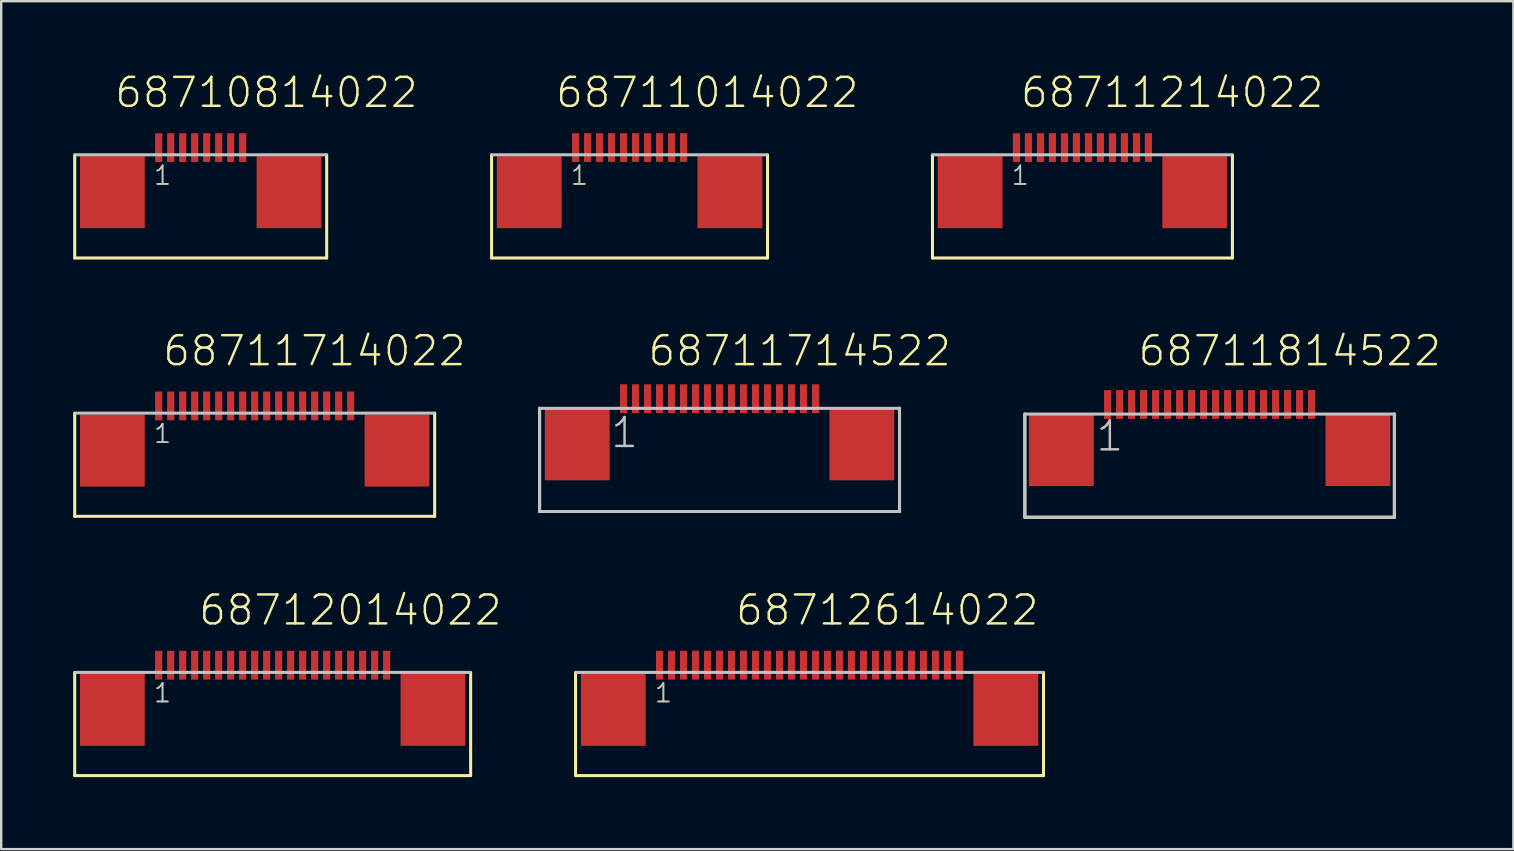
<source format=kicad_pcb>
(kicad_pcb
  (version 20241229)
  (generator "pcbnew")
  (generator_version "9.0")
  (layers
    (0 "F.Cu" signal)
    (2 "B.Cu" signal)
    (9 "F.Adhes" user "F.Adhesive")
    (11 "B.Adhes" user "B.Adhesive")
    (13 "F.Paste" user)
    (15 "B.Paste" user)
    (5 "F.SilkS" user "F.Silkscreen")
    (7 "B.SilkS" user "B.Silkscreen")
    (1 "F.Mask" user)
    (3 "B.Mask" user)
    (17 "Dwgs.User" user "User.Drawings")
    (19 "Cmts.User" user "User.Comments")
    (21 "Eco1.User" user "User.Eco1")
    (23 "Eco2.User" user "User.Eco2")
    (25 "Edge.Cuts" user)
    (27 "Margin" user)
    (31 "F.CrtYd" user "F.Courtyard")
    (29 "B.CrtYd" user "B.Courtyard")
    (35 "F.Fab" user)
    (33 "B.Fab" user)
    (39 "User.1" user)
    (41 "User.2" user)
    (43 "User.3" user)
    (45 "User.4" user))
  (footprint "68711714022"
    (layer "F.Cu")
    (at 7.814 15.726)
    (property "Reference" "68711714022" (at -4.144 -3.45 0) (layer "F.SilkS") (effects (font (size 1.206 1.206) (thickness 0.102)) (justify left bottom)))
    (attr through_hole)
    (fp_line (start -7.75 -1.56) (end -7.75 2.74) (stroke (width 0.127) (type solid)) (layer "F.SilkS"))
    (fp_line (start -7.75 2.74) (end 7.25 2.74) (stroke (width 0.127) (type solid)) (layer "F.SilkS"))
    (fp_line (start 7.25 2.74) (end 7.25 -1.56) (stroke (width 0.127) (type solid)) (layer "F.SilkS"))
    (fp_line (start 7.2 -1.56) (end -7.7 -1.56) (stroke (width 0.127) (type solid)) (layer "Dwgs.User"))
    (fp_text user "1" (at -4.5 -0.25 0) (layer "F.SilkS") (effects (font (size 0.772 0.772) (thickness 0.065)) (justify left bottom)))
    (fp_text user "1" (at -4.5 -0.25 0) (layer "Dwgs.User") (effects (font (size 0.772 0.772) (thickness 0.065)) (justify left bottom)))
    (pad "1" smd rect (at -4.25 -1.86) (size 0.3 1.2) (layers "F.Cu" "F.Mask" "F.Paste"))
    (pad "2" smd rect (at -3.75 -1.86) (size 0.3 1.2) (layers "F.Cu" "F.Mask" "F.Paste"))
    (pad "3" smd rect (at -3.25 -1.86) (size 0.3 1.2) (layers "F.Cu" "F.Mask" "F.Paste"))
    (pad "4" smd rect (at -2.75 -1.86) (size 0.3 1.2) (layers "F.Cu" "F.Mask" "F.Paste"))
    (pad "5" smd rect (at -2.25 -1.86) (size 0.3 1.2) (layers "F.Cu" "F.Mask" "F.Paste"))
    (pad "6" smd rect (at -1.75 -1.86) (size 0.3 1.2) (layers "F.Cu" "F.Mask" "F.Paste"))
    (pad "7" smd rect (at -1.25 -1.86) (size 0.3 1.2) (layers "F.Cu" "F.Mask" "F.Paste"))
    (pad "8" smd rect (at -0.75 -1.86) (size 0.3 1.2) (layers "F.Cu" "F.Mask" "F.Paste"))
    (pad "9" smd rect (at -0.25 -1.86) (size 0.3 1.2) (layers "F.Cu" "F.Mask" "F.Paste"))
    (pad "10" smd rect (at 0.25 -1.86) (size 0.3 1.2) (layers "F.Cu" "F.Mask" "F.Paste"))
    (pad "11" smd rect (at 0.75 -1.86) (size 0.3 1.2) (layers "F.Cu" "F.Mask" "F.Paste"))
    (pad "12" smd rect (at 1.25 -1.86) (size 0.3 1.2) (layers "F.Cu" "F.Mask" "F.Paste"))
    (pad "13" smd rect (at 1.75 -1.86) (size 0.3 1.2) (layers "F.Cu" "F.Mask" "F.Paste"))
    (pad "14" smd rect (at 2.25 -1.86) (size 0.3 1.2) (layers "F.Cu" "F.Mask" "F.Paste"))
    (pad "15" smd rect (at 2.75 -1.86) (size 0.3 1.2) (layers "F.Cu" "F.Mask" "F.Paste"))
    (pad "16" smd rect (at 3.25 -1.86) (size 0.3 1.2) (layers "F.Cu" "F.Mask" "F.Paste"))
    (pad "17" smd rect (at 3.75 -1.86) (size 0.3 1.2) (layers "F.Cu" "F.Mask" "F.Paste"))
    (pad "Z1" smd rect (at -6.18 0) (size 2.7 3) (layers "F.Cu" "F.Mask" "F.Paste"))
    (pad "Z2" smd rect (at 5.68 0) (size 2.7 3) (layers "F.Cu" "F.Mask" "F.Paste")))
  (footprint "68710814022"
    (layer "F.Cu")
    (at 5.314 4.961)
    (property "Reference" "68710814022" (at -3.644 -3.45 0) (layer "F.SilkS") (effects (font (size 1.206 1.206) (thickness 0.102)) (justify left bottom)))
    (attr through_hole)
    (fp_line (start -5.25 -1.56) (end -5.25 2.74) (stroke (width 0.127) (type solid)) (layer "F.SilkS"))
    (fp_line (start -5.25 2.74) (end 5.25 2.74) (stroke (width 0.127) (type solid)) (layer "F.SilkS"))
    (fp_line (start 5.25 2.74) (end 5.25 -1.56) (stroke (width 0.127) (type solid)) (layer "F.SilkS"))
    (fp_line (start 5.2 -1.56) (end -5.2 -1.56) (stroke (width 0.127) (type solid)) (layer "Dwgs.User"))
    (fp_text user "1" (at -2 -0.25 0) (layer "F.SilkS") (effects (font (size 0.772 0.772) (thickness 0.065)) (justify left bottom)))
    (fp_text user "1" (at -2 -0.25 0) (layer "Dwgs.User") (effects (font (size 0.772 0.772) (thickness 0.065)) (justify left bottom)))
    (pad "1" smd rect (at -1.75 -1.86) (size 0.3 1.2) (layers "F.Cu" "F.Mask" "F.Paste"))
    (pad "2" smd rect (at -1.25 -1.86) (size 0.3 1.2) (layers "F.Cu" "F.Mask" "F.Paste"))
    (pad "3" smd rect (at -0.75 -1.86) (size 0.3 1.2) (layers "F.Cu" "F.Mask" "F.Paste"))
    (pad "4" smd rect (at -0.25 -1.86) (size 0.3 1.2) (layers "F.Cu" "F.Mask" "F.Paste"))
    (pad "5" smd rect (at 0.25 -1.86) (size 0.3 1.2) (layers "F.Cu" "F.Mask" "F.Paste"))
    (pad "6" smd rect (at 0.75 -1.86) (size 0.3 1.2) (layers "F.Cu" "F.Mask" "F.Paste"))
    (pad "7" smd rect (at 1.25 -1.86) (size 0.3 1.2) (layers "F.Cu" "F.Mask" "F.Paste"))
    (pad "8" smd rect (at 1.75 -1.86) (size 0.3 1.2) (layers "F.Cu" "F.Mask" "F.Paste"))
    (pad "Z1" smd rect (at -3.68 0) (size 2.7 3) (layers "F.Cu" "F.Mask" "F.Paste"))
    (pad "Z2" smd rect (at 3.68 0) (size 2.7 3) (layers "F.Cu" "F.Mask" "F.Paste")))
  (footprint "68711714522"
    (layer "F.Cu")
    (at 26.936 15.466)
    (property "Reference" "68711714522" (at -3.044 -3.19 0) (layer "F.SilkS") (effects (font (size 1.206 1.206) (thickness 0.102)) (justify left bottom)))
    (attr through_hole)
    (fp_line (start -7.5 -1.5) (end -7.5 2.8) (stroke (width 0.127) (type solid)) (layer "F.SilkS"))
    (fp_line (start -7.5 2.8) (end 7.5 2.8) (stroke (width 0.127) (type solid)) (layer "F.SilkS"))
    (fp_line (start 7.5 2.8) (end 7.5 -1.5) (stroke (width 0.127) (type solid)) (layer "F.SilkS"))
    (fp_line (start -7.5 -1.5) (end 7.5 -1.5) (stroke (width 0.127) (type solid)) (layer "Dwgs.User"))
    (fp_line (start -7.5 2.8) (end -7.5 -1.5) (stroke (width 0.127) (type solid)) (layer "Dwgs.User"))
    (fp_line (start -7.5 2.8) (end 7.5 2.8) (stroke (width 0.127) (type solid)) (layer "Dwgs.User"))
    (fp_line (start 7.5 -1.5) (end 7.5 2.8) (stroke (width 0.127) (type solid)) (layer "Dwgs.User"))
    (fp_text user "1" (at -4.6 0.22 0) (layer "Dwgs.User") (effects (font (size 1.206 1.206) (thickness 0.102)) (justify left bottom)))
    (pad "1" smd rect (at -4 -1.9) (size 0.3 1.2) (layers "F.Cu" "F.Mask" "F.Paste"))
    (pad "2" smd rect (at -3.5 -1.9) (size 0.3 1.2) (layers "F.Cu" "F.Mask" "F.Paste"))
    (pad "3" smd rect (at -3 -1.9) (size 0.3 1.2) (layers "F.Cu" "F.Mask" "F.Paste"))
    (pad "4" smd rect (at -2.5 -1.9) (size 0.3 1.2) (layers "F.Cu" "F.Mask" "F.Paste"))
    (pad "5" smd rect (at -2 -1.9) (size 0.3 1.2) (layers "F.Cu" "F.Mask" "F.Paste"))
    (pad "6" smd rect (at -1.5 -1.9) (size 0.3 1.2) (layers "F.Cu" "F.Mask" "F.Paste"))
    (pad "7" smd rect (at -1 -1.9) (size 0.3 1.2) (layers "F.Cu" "F.Mask" "F.Paste"))
    (pad "8" smd rect (at -0.5 -1.9) (size 0.3 1.2) (layers "F.Cu" "F.Mask" "F.Paste"))
    (pad "9" smd rect (at 0 -1.9) (size 0.3 1.2) (layers "F.Cu" "F.Mask" "F.Paste"))
    (pad "10" smd rect (at 0.5 -1.9) (size 0.3 1.2) (layers "F.Cu" "F.Mask" "F.Paste"))
    (pad "11" smd rect (at 1 -1.9) (size 0.3 1.2) (layers "F.Cu" "F.Mask" "F.Paste"))
    (pad "12" smd rect (at 1.5 -1.9) (size 0.3 1.2) (layers "F.Cu" "F.Mask" "F.Paste"))
    (pad "13" smd rect (at 2 -1.9) (size 0.3 1.2) (layers "F.Cu" "F.Mask" "F.Paste"))
    (pad "14" smd rect (at 2.5 -1.9) (size 0.3 1.2) (layers "F.Cu" "F.Mask" "F.Paste"))
    (pad "15" smd rect (at 3 -1.9) (size 0.3 1.2) (layers "F.Cu" "F.Mask" "F.Paste"))
    (pad "16" smd rect (at 3.5 -1.9) (size 0.3 1.2) (layers "F.Cu" "F.Mask" "F.Paste"))
    (pad "17" smd rect (at 4 -1.9) (size 0.3 1.2) (layers "F.Cu" "F.Mask" "F.Paste"))
    (pad "Z1" smd rect (at -5.93 0) (size 2.7 3) (layers "F.Cu" "F.Mask" "F.Paste"))
    (pad "Z2" smd rect (at 5.93 0) (size 2.7 3) (layers "F.Cu" "F.Mask" "F.Paste")))
  (footprint "68712014022"
    (layer "F.Cu")
    (at 8.813 26.531)
    (property "Reference" "68712014022" (at -3.644 -3.45 0) (layer "F.SilkS") (effects (font (size 1.206 1.206) (thickness 0.102)) (justify left bottom)))
    (attr through_hole)
    (fp_line (start -8.75 -1.56) (end -8.75 2.74) (stroke (width 0.127) (type solid)) (layer "F.SilkS"))
    (fp_line (start -8.75 2.74) (end 7.75 2.74) (stroke (width 0.127) (type solid)) (layer "F.SilkS"))
    (fp_line (start 7.75 2.74) (end 7.75 -1.56) (stroke (width 0.127) (type solid)) (layer "F.SilkS"))
    (fp_line (start 7.7 -1.56) (end -8.7 -1.56) (stroke (width 0.127) (type solid)) (layer "Dwgs.User"))
    (fp_text user "1" (at -5.5 -0.25 0) (layer "F.SilkS") (effects (font (size 0.772 0.772) (thickness 0.065)) (justify left bottom)))
    (fp_text user "1" (at -5.5 -0.25 0) (layer "Dwgs.User") (effects (font (size 0.772 0.772) (thickness 0.065)) (justify left bottom)))
    (pad "1" smd rect (at -5.25 -1.86) (size 0.3 1.2) (layers "F.Cu" "F.Mask" "F.Paste"))
    (pad "2" smd rect (at -4.75 -1.86) (size 0.3 1.2) (layers "F.Cu" "F.Mask" "F.Paste"))
    (pad "3" smd rect (at -4.25 -1.86) (size 0.3 1.2) (layers "F.Cu" "F.Mask" "F.Paste"))
    (pad "4" smd rect (at -3.75 -1.86) (size 0.3 1.2) (layers "F.Cu" "F.Mask" "F.Paste"))
    (pad "5" smd rect (at -3.25 -1.86) (size 0.3 1.2) (layers "F.Cu" "F.Mask" "F.Paste"))
    (pad "6" smd rect (at -2.75 -1.86) (size 0.3 1.2) (layers "F.Cu" "F.Mask" "F.Paste"))
    (pad "7" smd rect (at -2.25 -1.86) (size 0.3 1.2) (layers "F.Cu" "F.Mask" "F.Paste"))
    (pad "8" smd rect (at -1.75 -1.86) (size 0.3 1.2) (layers "F.Cu" "F.Mask" "F.Paste"))
    (pad "9" smd rect (at -1.25 -1.86) (size 0.3 1.2) (layers "F.Cu" "F.Mask" "F.Paste"))
    (pad "10" smd rect (at -0.75 -1.86) (size 0.3 1.2) (layers "F.Cu" "F.Mask" "F.Paste"))
    (pad "11" smd rect (at -0.25 -1.86) (size 0.3 1.2) (layers "F.Cu" "F.Mask" "F.Paste"))
    (pad "12" smd rect (at 0.25 -1.86) (size 0.3 1.2) (layers "F.Cu" "F.Mask" "F.Paste"))
    (pad "13" smd rect (at 0.75 -1.86) (size 0.3 1.2) (layers "F.Cu" "F.Mask" "F.Paste"))
    (pad "14" smd rect (at 1.25 -1.86) (size 0.3 1.2) (layers "F.Cu" "F.Mask" "F.Paste"))
    (pad "15" smd rect (at 1.75 -1.86) (size 0.3 1.2) (layers "F.Cu" "F.Mask" "F.Paste"))
    (pad "16" smd rect (at 2.25 -1.86) (size 0.3 1.2) (layers "F.Cu" "F.Mask" "F.Paste"))
    (pad "17" smd rect (at 2.75 -1.86) (size 0.3 1.2) (layers "F.Cu" "F.Mask" "F.Paste"))
    (pad "18" smd rect (at 3.25 -1.86) (size 0.3 1.2) (layers "F.Cu" "F.Mask" "F.Paste"))
    (pad "19" smd rect (at 3.75 -1.86) (size 0.3 1.2) (layers "F.Cu" "F.Mask" "F.Paste"))
    (pad "20" smd rect (at 4.25 -1.86) (size 0.3 1.2) (layers "F.Cu" "F.Mask" "F.Paste"))
    (pad "Z1" smd rect (at -7.18 0) (size 2.7 3) (layers "F.Cu" "F.Mask" "F.Paste"))
    (pad "Z2" smd rect (at 6.18 0) (size 2.7 3) (layers "F.Cu" "F.Mask" "F.Paste")))
  (footprint "68711214022"
    (layer "F.Cu")
    (at 42.059 4.961)
    (property "Reference" "68711214022" (at -2.644 -3.45 0) (layer "F.SilkS") (effects (font (size 1.206 1.206) (thickness 0.102)) (justify left bottom)))
    (attr through_hole)
    (fp_line (start -6.25 -1.56) (end -6.25 2.74) (stroke (width 0.127) (type solid)) (layer "F.SilkS"))
    (fp_line (start -6.25 2.74) (end 6.25 2.74) (stroke (width 0.127) (type solid)) (layer "F.SilkS"))
    (fp_line (start 6.25 2.74) (end 6.25 -1.56) (stroke (width 0.127) (type solid)) (layer "F.SilkS"))
    (fp_line (start 6.2 -1.56) (end -6.2 -1.56) (stroke (width 0.127) (type solid)) (layer "Dwgs.User"))
    (fp_text user "1" (at -3 -0.25 0) (layer "F.SilkS") (effects (font (size 0.772 0.772) (thickness 0.065)) (justify left bottom)))
    (fp_text user "1" (at -3 -0.25 0) (layer "Dwgs.User") (effects (font (size 0.772 0.772) (thickness 0.065)) (justify left bottom)))
    (pad "1" smd rect (at -2.75 -1.86) (size 0.3 1.2) (layers "F.Cu" "F.Mask" "F.Paste"))
    (pad "2" smd rect (at -2.25 -1.86) (size 0.3 1.2) (layers "F.Cu" "F.Mask" "F.Paste"))
    (pad "3" smd rect (at -1.75 -1.86) (size 0.3 1.2) (layers "F.Cu" "F.Mask" "F.Paste"))
    (pad "4" smd rect (at -1.25 -1.86) (size 0.3 1.2) (layers "F.Cu" "F.Mask" "F.Paste"))
    (pad "5" smd rect (at -0.75 -1.86) (size 0.3 1.2) (layers "F.Cu" "F.Mask" "F.Paste"))
    (pad "6" smd rect (at -0.25 -1.86) (size 0.3 1.2) (layers "F.Cu" "F.Mask" "F.Paste"))
    (pad "7" smd rect (at 0.25 -1.86) (size 0.3 1.2) (layers "F.Cu" "F.Mask" "F.Paste"))
    (pad "8" smd rect (at 0.75 -1.86) (size 0.3 1.2) (layers "F.Cu" "F.Mask" "F.Paste"))
    (pad "9" smd rect (at 1.25 -1.86) (size 0.3 1.2) (layers "F.Cu" "F.Mask" "F.Paste"))
    (pad "10" smd rect (at 1.75 -1.86) (size 0.3 1.2) (layers "F.Cu" "F.Mask" "F.Paste"))
    (pad "11" smd rect (at 2.25 -1.86) (size 0.3 1.2) (layers "F.Cu" "F.Mask" "F.Paste"))
    (pad "12" smd rect (at 2.75 -1.86) (size 0.3 1.2) (layers "F.Cu" "F.Mask" "F.Paste"))
    (pad "Z1" smd rect (at -4.68 0) (size 2.7 3) (layers "F.Cu" "F.Mask" "F.Paste"))
    (pad "Z2" smd rect (at 4.68 0) (size 2.7 3) (layers "F.Cu" "F.Mask" "F.Paste")))
  (footprint "68711014022"
    (layer "F.Cu")
    (at 23.186 4.961)
    (property "Reference" "68711014022" (at -3.144 -3.45 0) (layer "F.SilkS") (effects (font (size 1.206 1.206) (thickness 0.102)) (justify left bottom)))
    (attr through_hole)
    (fp_line (start -5.75 -1.56) (end -5.75 2.74) (stroke (width 0.127) (type solid)) (layer "F.SilkS"))
    (fp_line (start -5.75 2.74) (end 5.75 2.74) (stroke (width 0.127) (type solid)) (layer "F.SilkS"))
    (fp_line (start 5.75 2.74) (end 5.75 -1.56) (stroke (width 0.127) (type solid)) (layer "F.SilkS"))
    (fp_line (start 5.7 -1.56) (end -5.7 -1.56) (stroke (width 0.127) (type solid)) (layer "Dwgs.User"))
    (fp_text user "1" (at -2.5 -0.25 0) (layer "F.SilkS") (effects (font (size 0.772 0.772) (thickness 0.065)) (justify left bottom)))
    (fp_text user "1" (at -2.5 -0.25 0) (layer "Dwgs.User") (effects (font (size 0.772 0.772) (thickness 0.065)) (justify left bottom)))
    (pad "1" smd rect (at -2.25 -1.86) (size 0.3 1.2) (layers "F.Cu" "F.Mask" "F.Paste"))
    (pad "2" smd rect (at -1.75 -1.86) (size 0.3 1.2) (layers "F.Cu" "F.Mask" "F.Paste"))
    (pad "3" smd rect (at -1.25 -1.86) (size 0.3 1.2) (layers "F.Cu" "F.Mask" "F.Paste"))
    (pad "4" smd rect (at -0.75 -1.86) (size 0.3 1.2) (layers "F.Cu" "F.Mask" "F.Paste"))
    (pad "5" smd rect (at -0.25 -1.86) (size 0.3 1.2) (layers "F.Cu" "F.Mask" "F.Paste"))
    (pad "6" smd rect (at 0.25 -1.86) (size 0.3 1.2) (layers "F.Cu" "F.Mask" "F.Paste"))
    (pad "7" smd rect (at 0.75 -1.86) (size 0.3 1.2) (layers "F.Cu" "F.Mask" "F.Paste"))
    (pad "8" smd rect (at 1.25 -1.86) (size 0.3 1.2) (layers "F.Cu" "F.Mask" "F.Paste"))
    (pad "9" smd rect (at 1.75 -1.86) (size 0.3 1.2) (layers "F.Cu" "F.Mask" "F.Paste"))
    (pad "10" smd rect (at 2.25 -1.86) (size 0.3 1.2) (layers "F.Cu" "F.Mask" "F.Paste"))
    (pad "Z1" smd rect (at -4.18 0) (size 2.7 3) (layers "F.Cu" "F.Mask" "F.Paste"))
    (pad "Z2" smd rect (at 4.18 0) (size 2.7 3) (layers "F.Cu" "F.Mask" "F.Paste")))
  (footprint "68712614022"
    (layer "F.Cu")
    (at 30.186 26.531)
    (property "Reference" "68712614022" (at -2.644 -3.45 0) (layer "F.SilkS") (effects (font (size 1.206 1.206) (thickness 0.102)) (justify left bottom)))
    (attr through_hole)
    (fp_line (start -9.25 -1.56) (end -9.25 2.74) (stroke (width 0.127) (type solid)) (layer "F.SilkS"))
    (fp_line (start -9.25 2.74) (end 10.25 2.74) (stroke (width 0.127) (type solid)) (layer "F.SilkS"))
    (fp_line (start 10.25 2.74) (end 10.25 -1.56) (stroke (width 0.127) (type solid)) (layer "F.SilkS"))
    (fp_line (start 10.2 -1.56) (end -9.2 -1.56) (stroke (width 0.127) (type solid)) (layer "Dwgs.User"))
    (fp_text user "1" (at -6 -0.25 0) (layer "F.SilkS") (effects (font (size 0.772 0.772) (thickness 0.065)) (justify left bottom)))
    (fp_text user "1" (at -6 -0.25 0) (layer "Dwgs.User") (effects (font (size 0.772 0.772) (thickness 0.065)) (justify left bottom)))
    (pad "1" smd rect (at -5.75 -1.86) (size 0.3 1.2) (layers "F.Cu" "F.Mask" "F.Paste"))
    (pad "2" smd rect (at -5.25 -1.86) (size 0.3 1.2) (layers "F.Cu" "F.Mask" "F.Paste"))
    (pad "3" smd rect (at -4.75 -1.86) (size 0.3 1.2) (layers "F.Cu" "F.Mask" "F.Paste"))
    (pad "4" smd rect (at -4.25 -1.86) (size 0.3 1.2) (layers "F.Cu" "F.Mask" "F.Paste"))
    (pad "5" smd rect (at -3.75 -1.86) (size 0.3 1.2) (layers "F.Cu" "F.Mask" "F.Paste"))
    (pad "6" smd rect (at -3.25 -1.86) (size 0.3 1.2) (layers "F.Cu" "F.Mask" "F.Paste"))
    (pad "7" smd rect (at -2.75 -1.86) (size 0.3 1.2) (layers "F.Cu" "F.Mask" "F.Paste"))
    (pad "8" smd rect (at -2.25 -1.86) (size 0.3 1.2) (layers "F.Cu" "F.Mask" "F.Paste"))
    (pad "9" smd rect (at -1.75 -1.86) (size 0.3 1.2) (layers "F.Cu" "F.Mask" "F.Paste"))
    (pad "10" smd rect (at -1.25 -1.86) (size 0.3 1.2) (layers "F.Cu" "F.Mask" "F.Paste"))
    (pad "11" smd rect (at -0.75 -1.86) (size 0.3 1.2) (layers "F.Cu" "F.Mask" "F.Paste"))
    (pad "12" smd rect (at -0.25 -1.86) (size 0.3 1.2) (layers "F.Cu" "F.Mask" "F.Paste"))
    (pad "13" smd rect (at 0.25 -1.86) (size 0.3 1.2) (layers "F.Cu" "F.Mask" "F.Paste"))
    (pad "14" smd rect (at 0.75 -1.86) (size 0.3 1.2) (layers "F.Cu" "F.Mask" "F.Paste"))
    (pad "15" smd rect (at 1.25 -1.86) (size 0.3 1.2) (layers "F.Cu" "F.Mask" "F.Paste"))
    (pad "16" smd rect (at 1.75 -1.86) (size 0.3 1.2) (layers "F.Cu" "F.Mask" "F.Paste"))
    (pad "17" smd rect (at 2.25 -1.86) (size 0.3 1.2) (layers "F.Cu" "F.Mask" "F.Paste"))
    (pad "18" smd rect (at 2.75 -1.86) (size 0.3 1.2) (layers "F.Cu" "F.Mask" "F.Paste"))
    (pad "19" smd rect (at 3.25 -1.86) (size 0.3 1.2) (layers "F.Cu" "F.Mask" "F.Paste"))
    (pad "20" smd rect (at 3.75 -1.86) (size 0.3 1.2) (layers "F.Cu" "F.Mask" "F.Paste"))
    (pad "21" smd rect (at 4.25 -1.86) (size 0.3 1.2) (layers "F.Cu" "F.Mask" "F.Paste"))
    (pad "22" smd rect (at 4.75 -1.86) (size 0.3 1.2) (layers "F.Cu" "F.Mask" "F.Paste"))
    (pad "23" smd rect (at 5.25 -1.86) (size 0.3 1.2) (layers "F.Cu" "F.Mask" "F.Paste"))
    (pad "24" smd rect (at 5.75 -1.86) (size 0.3 1.2) (layers "F.Cu" "F.Mask" "F.Paste"))
    (pad "25" smd rect (at 6.25 -1.86) (size 0.3 1.2) (layers "F.Cu" "F.Mask" "F.Paste"))
    (pad "26" smd rect (at 6.75 -1.86) (size 0.3 1.2) (layers "F.Cu" "F.Mask" "F.Paste"))
    (pad "Z1" smd rect (at -7.68 0) (size 2.7 3) (layers "F.Cu" "F.Mask" "F.Paste"))
    (pad "Z2" smd rect (at 8.68 0) (size 2.7 3) (layers "F.Cu" "F.Mask" "F.Paste")))
  (footprint "68711814522"
    (layer "F.Cu")
    (at 47.359 15.706)
    (property "Reference" "68711814522" (at -3.044 -3.43 0) (layer "F.SilkS") (effects (font (size 1.206 1.206) (thickness 0.102)) (justify left bottom)))
    (attr through_hole)
    (fp_line (start -7.7 -1.5) (end -7.7 2.8) (stroke (width 0.127) (type solid)) (layer "F.SilkS"))
    (fp_line (start -7.7 2.8) (end 7.7 2.8) (stroke (width 0.127) (type solid)) (layer "F.SilkS"))
    (fp_line (start 7.7 2.8) (end 7.7 -1.5) (stroke (width 0.127) (type solid)) (layer "F.SilkS"))
    (fp_line (start -7.7 -1.5) (end 7.7 -1.5) (stroke (width 0.127) (type solid)) (layer "Dwgs.User"))
    (fp_line (start -7.7 2.8) (end -7.7 -1.5) (stroke (width 0.127) (type solid)) (layer "Dwgs.User"))
    (fp_line (start -7.7 2.8) (end 7.7 2.8) (stroke (width 0.127) (type solid)) (layer "Dwgs.User"))
    (fp_line (start 7.7 -1.5) (end 7.7 2.8) (stroke (width 0.127) (type solid)) (layer "Dwgs.User"))
    (fp_text user "1" (at -4.8 0.12 0) (layer "Dwgs.User") (effects (font (size 1.206 1.206) (thickness 0.102)) (justify left bottom)))
    (pad "1" smd rect (at -4.25 -1.9) (size 0.3 1.2) (layers "F.Cu" "F.Mask" "F.Paste"))
    (pad "2" smd rect (at -3.75 -1.9) (size 0.3 1.2) (layers "F.Cu" "F.Mask" "F.Paste"))
    (pad "3" smd rect (at -3.25 -1.9) (size 0.3 1.2) (layers "F.Cu" "F.Mask" "F.Paste"))
    (pad "4" smd rect (at -2.75 -1.9) (size 0.3 1.2) (layers "F.Cu" "F.Mask" "F.Paste"))
    (pad "5" smd rect (at -2.25 -1.9) (size 0.3 1.2) (layers "F.Cu" "F.Mask" "F.Paste"))
    (pad "6" smd rect (at -1.75 -1.9) (size 0.3 1.2) (layers "F.Cu" "F.Mask" "F.Paste"))
    (pad "7" smd rect (at -1.25 -1.9) (size 0.3 1.2) (layers "F.Cu" "F.Mask" "F.Paste"))
    (pad "8" smd rect (at -0.75 -1.9) (size 0.3 1.2) (layers "F.Cu" "F.Mask" "F.Paste"))
    (pad "9" smd rect (at -0.25 -1.9) (size 0.3 1.2) (layers "F.Cu" "F.Mask" "F.Paste"))
    (pad "10" smd rect (at 0.25 -1.9) (size 0.3 1.2) (layers "F.Cu" "F.Mask" "F.Paste"))
    (pad "11" smd rect (at 0.75 -1.9) (size 0.3 1.2) (layers "F.Cu" "F.Mask" "F.Paste"))
    (pad "12" smd rect (at 1.25 -1.9) (size 0.3 1.2) (layers "F.Cu" "F.Mask" "F.Paste"))
    (pad "13" smd rect (at 1.75 -1.9) (size 0.3 1.2) (layers "F.Cu" "F.Mask" "F.Paste"))
    (pad "14" smd rect (at 2.25 -1.9) (size 0.3 1.2) (layers "F.Cu" "F.Mask" "F.Paste"))
    (pad "15" smd rect (at 2.75 -1.9) (size 0.3 1.2) (layers "F.Cu" "F.Mask" "F.Paste"))
    (pad "16" smd rect (at 3.25 -1.9) (size 0.3 1.2) (layers "F.Cu" "F.Mask" "F.Paste"))
    (pad "17" smd rect (at 3.75 -1.9) (size 0.3 1.2) (layers "F.Cu" "F.Mask" "F.Paste"))
    (pad "18" smd rect (at 4.25 -1.9) (size 0.3 1.2) (layers "F.Cu" "F.Mask" "F.Paste"))
    (pad "Z1" smd rect (at -6.18 0) (size 2.7 3) (layers "F.Cu" "F.Mask" "F.Paste"))
    (pad "Z2" smd rect (at 6.18 0) (size 2.7 3) (layers "F.Cu" "F.Mask" "F.Paste")))
  (gr_rect
    (start -3 -3)
    (end 60.018 32.335)
    (stroke (width 0.1) (type default))
    (fill no)
    (layer "Edge.Cuts")))
</source>
